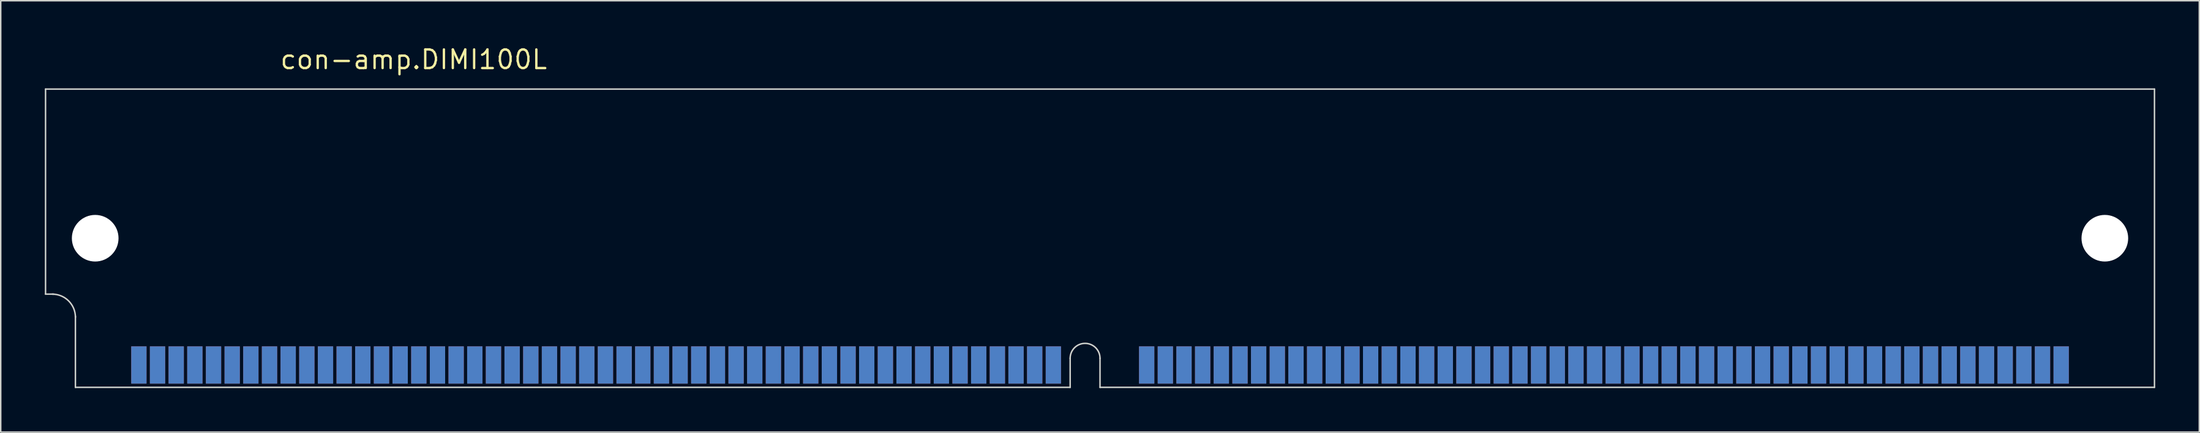
<source format=kicad_pcb>
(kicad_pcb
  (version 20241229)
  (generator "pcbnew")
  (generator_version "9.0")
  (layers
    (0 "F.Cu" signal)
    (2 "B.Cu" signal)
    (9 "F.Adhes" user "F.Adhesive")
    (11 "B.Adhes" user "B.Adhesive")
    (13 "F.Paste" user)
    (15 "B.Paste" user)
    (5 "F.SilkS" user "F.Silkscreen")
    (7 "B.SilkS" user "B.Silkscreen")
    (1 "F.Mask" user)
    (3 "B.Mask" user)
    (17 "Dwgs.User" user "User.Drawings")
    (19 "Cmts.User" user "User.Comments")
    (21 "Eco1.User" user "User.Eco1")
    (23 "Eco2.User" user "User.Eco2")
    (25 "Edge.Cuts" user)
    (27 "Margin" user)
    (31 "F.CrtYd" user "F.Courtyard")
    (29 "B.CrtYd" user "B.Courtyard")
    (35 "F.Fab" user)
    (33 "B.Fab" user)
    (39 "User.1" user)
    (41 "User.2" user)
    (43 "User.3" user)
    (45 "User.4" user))
  (footprint "con-amp.DIMI100L"
    (layer "F.Cu")
    (at 71.805 13.18)
    (property "Reference" "con-amp.DIMI100L" (at -55.88 -11.43 0) (layer "F.SilkS") (effects (font (size 1.27 1.27) (thickness 0.16)) (justify left bottom)))
    (attr smd)
    (fp_line (start -71.755 -10.16) (end 71.755 -10.16) (stroke (width 0.1) (type default)) (layer "Edge.Cuts"))
    (fp_line (start -71.755 3.81) (end -71.755 -10.16) (stroke (width 0.1) (type default)) (layer "Edge.Cuts"))
    (fp_line (start -71.755 3.81) (end -71.196 3.81) (stroke (width 0.1) (type default)) (layer "Edge.Cuts"))
    (fp_line (start -69.723 10.16) (end -69.723 5.309) (stroke (width 0.1) (type default)) (layer "Edge.Cuts"))
    (fp_line (start -2.032 8.179) (end -2.032 10.16) (stroke (width 0.1) (type default)) (layer "Edge.Cuts"))
    (fp_line (start -2.032 10.16) (end -69.723 10.16) (stroke (width 0.1) (type default)) (layer "Edge.Cuts"))
    (fp_line (start 0 8.179) (end 0 10.16) (stroke (width 0.1) (type default)) (layer "Edge.Cuts"))
    (fp_line (start 71.755 -10.16) (end 71.755 10.16) (stroke (width 0.1) (type default)) (layer "Edge.Cuts"))
    (fp_line (start 71.755 10.16) (end 0 10.16) (stroke (width 0.1) (type default)) (layer "Edge.Cuts"))
    (fp_arc (start -71.2978 3.81) (mid -70.184248 4.271248) (end -69.723 5.3848) (stroke (width 0.1) (type default)) (layer "Edge.Cuts"))
    (fp_arc (start -2.032 8.1788) (mid -1.016 7.1628) (end 0 8.1788) (stroke (width 0.1) (type default)) (layer "Edge.Cuts"))
    (pad "" np_thru_hole circle (at -68.377 0) (size 3.175 3.175) (drill 3.175) (layers "*.Cu" "*.Mask"))
    (pad "" np_thru_hole circle (at 68.377 0) (size 3.175 3.175) (drill 3.175) (layers "*.Cu" "*.Mask"))
    (pad "1" smd roundrect (at -65.405 8.636) (size 1.041 2.54) (layers "F.Cu" "F.Mask" "F.Paste") (roundrect_rratio 0.01))
    (pad "2" smd roundrect (at -64.135 8.636) (size 1.041 2.54) (layers "F.Cu" "F.Mask" "F.Paste") (roundrect_rratio 0.01))
    (pad "3" smd roundrect (at -62.865 8.636) (size 1.041 2.54) (layers "F.Cu" "F.Mask" "F.Paste") (roundrect_rratio 0.01))
    (pad "4" smd roundrect (at -61.595 8.636) (size 1.041 2.54) (layers "F.Cu" "F.Mask" "F.Paste") (roundrect_rratio 0.01))
    (pad "5" smd roundrect (at -60.325 8.636) (size 1.041 2.54) (layers "F.Cu" "F.Mask" "F.Paste") (roundrect_rratio 0.01))
    (pad "6" smd roundrect (at -59.055 8.636) (size 1.041 2.54) (layers "F.Cu" "F.Mask" "F.Paste") (roundrect_rratio 0.01))
    (pad "7" smd roundrect (at -57.785 8.636) (size 1.041 2.54) (layers "F.Cu" "F.Mask" "F.Paste") (roundrect_rratio 0.01))
    (pad "8" smd roundrect (at -56.515 8.636) (size 1.041 2.54) (layers "F.Cu" "F.Mask" "F.Paste") (roundrect_rratio 0.01))
    (pad "9" smd roundrect (at -55.245 8.636) (size 1.041 2.54) (layers "F.Cu" "F.Mask" "F.Paste") (roundrect_rratio 0.01))
    (pad "10" smd roundrect (at -53.975 8.636) (size 1.041 2.54) (layers "F.Cu" "F.Mask" "F.Paste") (roundrect_rratio 0.01))
    (pad "11" smd roundrect (at -52.705 8.636) (size 1.041 2.54) (layers "F.Cu" "F.Mask" "F.Paste") (roundrect_rratio 0.01))
    (pad "12" smd roundrect (at -51.435 8.636) (size 1.041 2.54) (layers "F.Cu" "F.Mask" "F.Paste") (roundrect_rratio 0.01))
    (pad "13" smd roundrect (at -50.165 8.636) (size 1.041 2.54) (layers "F.Cu" "F.Mask" "F.Paste") (roundrect_rratio 0.01))
    (pad "14" smd roundrect (at -48.895 8.636) (size 1.041 2.54) (layers "F.Cu" "F.Mask" "F.Paste") (roundrect_rratio 0.01))
    (pad "15" smd roundrect (at -47.625 8.636) (size 1.041 2.54) (layers "F.Cu" "F.Mask" "F.Paste") (roundrect_rratio 0.01))
    (pad "16" smd roundrect (at -46.355 8.636) (size 1.041 2.54) (layers "F.Cu" "F.Mask" "F.Paste") (roundrect_rratio 0.01))
    (pad "17" smd roundrect (at -45.085 8.636) (size 1.041 2.54) (layers "F.Cu" "F.Mask" "F.Paste") (roundrect_rratio 0.01))
    (pad "18" smd roundrect (at -43.815 8.636) (size 1.041 2.54) (layers "F.Cu" "F.Mask" "F.Paste") (roundrect_rratio 0.01))
    (pad "19" smd roundrect (at -42.545 8.636) (size 1.041 2.54) (layers "F.Cu" "F.Mask" "F.Paste") (roundrect_rratio 0.01))
    (pad "20" smd roundrect (at -41.275 8.636) (size 1.041 2.54) (layers "F.Cu" "F.Mask" "F.Paste") (roundrect_rratio 0.01))
    (pad "21" smd roundrect (at -40.005 8.636) (size 1.041 2.54) (layers "F.Cu" "F.Mask" "F.Paste") (roundrect_rratio 0.01))
    (pad "22" smd roundrect (at -38.735 8.636) (size 1.041 2.54) (layers "F.Cu" "F.Mask" "F.Paste") (roundrect_rratio 0.01))
    (pad "23" smd roundrect (at -37.465 8.636) (size 1.041 2.54) (layers "F.Cu" "F.Mask" "F.Paste") (roundrect_rratio 0.01))
    (pad "24" smd roundrect (at -36.195 8.636) (size 1.041 2.54) (layers "F.Cu" "F.Mask" "F.Paste") (roundrect_rratio 0.01))
    (pad "25" smd roundrect (at -34.925 8.636) (size 1.041 2.54) (layers "F.Cu" "F.Mask" "F.Paste") (roundrect_rratio 0.01))
    (pad "26" smd roundrect (at -33.655 8.636) (size 1.041 2.54) (layers "F.Cu" "F.Mask" "F.Paste") (roundrect_rratio 0.01))
    (pad "27" smd roundrect (at -32.385 8.636) (size 1.041 2.54) (layers "F.Cu" "F.Mask" "F.Paste") (roundrect_rratio 0.01))
    (pad "28" smd roundrect (at -31.115 8.636) (size 1.041 2.54) (layers "F.Cu" "F.Mask" "F.Paste") (roundrect_rratio 0.01))
    (pad "29" smd roundrect (at -29.845 8.636) (size 1.041 2.54) (layers "F.Cu" "F.Mask" "F.Paste") (roundrect_rratio 0.01))
    (pad "30" smd roundrect (at -28.575 8.636) (size 1.041 2.54) (layers "F.Cu" "F.Mask" "F.Paste") (roundrect_rratio 0.01))
    (pad "31" smd roundrect (at -27.305 8.636) (size 1.041 2.54) (layers "F.Cu" "F.Mask" "F.Paste") (roundrect_rratio 0.01))
    (pad "32" smd roundrect (at -26.035 8.636) (size 1.041 2.54) (layers "F.Cu" "F.Mask" "F.Paste") (roundrect_rratio 0.01))
    (pad "33" smd roundrect (at -24.765 8.636) (size 1.041 2.54) (layers "F.Cu" "F.Mask" "F.Paste") (roundrect_rratio 0.01))
    (pad "34" smd roundrect (at -23.495 8.636) (size 1.041 2.54) (layers "F.Cu" "F.Mask" "F.Paste") (roundrect_rratio 0.01))
    (pad "35" smd roundrect (at -22.225 8.636) (size 1.041 2.54) (layers "F.Cu" "F.Mask" "F.Paste") (roundrect_rratio 0.01))
    (pad "36" smd roundrect (at -20.955 8.636) (size 1.041 2.54) (layers "F.Cu" "F.Mask" "F.Paste") (roundrect_rratio 0.01))
    (pad "37" smd roundrect (at -19.685 8.636) (size 1.041 2.54) (layers "F.Cu" "F.Mask" "F.Paste") (roundrect_rratio 0.01))
    (pad "38" smd roundrect (at -18.415 8.636) (size 1.041 2.54) (layers "F.Cu" "F.Mask" "F.Paste") (roundrect_rratio 0.01))
    (pad "39" smd roundrect (at -17.145 8.636) (size 1.041 2.54) (layers "F.Cu" "F.Mask" "F.Paste") (roundrect_rratio 0.01))
    (pad "40" smd roundrect (at -15.875 8.636) (size 1.041 2.54) (layers "F.Cu" "F.Mask" "F.Paste") (roundrect_rratio 0.01))
    (pad "41" smd roundrect (at -14.605 8.636) (size 1.041 2.54) (layers "F.Cu" "F.Mask" "F.Paste") (roundrect_rratio 0.01))
    (pad "42" smd roundrect (at -13.335 8.636) (size 1.041 2.54) (layers "F.Cu" "F.Mask" "F.Paste") (roundrect_rratio 0.01))
    (pad "43" smd roundrect (at -12.065 8.636) (size 1.041 2.54) (layers "F.Cu" "F.Mask" "F.Paste") (roundrect_rratio 0.01))
    (pad "44" smd roundrect (at -10.795 8.636) (size 1.041 2.54) (layers "F.Cu" "F.Mask" "F.Paste") (roundrect_rratio 0.01))
    (pad "45" smd roundrect (at -9.525 8.636) (size 1.041 2.54) (layers "F.Cu" "F.Mask" "F.Paste") (roundrect_rratio 0.01))
    (pad "46" smd roundrect (at -8.255 8.636) (size 1.041 2.54) (layers "F.Cu" "F.Mask" "F.Paste") (roundrect_rratio 0.01))
    (pad "47" smd roundrect (at -6.985 8.636) (size 1.041 2.54) (layers "F.Cu" "F.Mask" "F.Paste") (roundrect_rratio 0.01))
    (pad "48" smd roundrect (at -5.715 8.636) (size 1.041 2.54) (layers "F.Cu" "F.Mask" "F.Paste") (roundrect_rratio 0.01))
    (pad "49" smd roundrect (at -4.445 8.636) (size 1.041 2.54) (layers "F.Cu" "F.Mask" "F.Paste") (roundrect_rratio 0.01))
    (pad "50" smd roundrect (at -3.175 8.636) (size 1.041 2.54) (layers "F.Cu" "F.Mask" "F.Paste") (roundrect_rratio 0.01))
    (pad "51" smd roundrect (at 3.175 8.636) (size 1.041 2.54) (layers "F.Cu" "F.Mask" "F.Paste") (roundrect_rratio 0.01))
    (pad "52" smd roundrect (at 4.445 8.636) (size 1.041 2.54) (layers "F.Cu" "F.Mask" "F.Paste") (roundrect_rratio 0.01))
    (pad "53" smd roundrect (at 5.715 8.636) (size 1.041 2.54) (layers "F.Cu" "F.Mask" "F.Paste") (roundrect_rratio 0.01))
    (pad "54" smd roundrect (at 6.985 8.636) (size 1.041 2.54) (layers "F.Cu" "F.Mask" "F.Paste") (roundrect_rratio 0.01))
    (pad "55" smd roundrect (at 8.255 8.636) (size 1.041 2.54) (layers "F.Cu" "F.Mask" "F.Paste") (roundrect_rratio 0.01))
    (pad "56" smd roundrect (at 9.525 8.636) (size 1.041 2.54) (layers "F.Cu" "F.Mask" "F.Paste") (roundrect_rratio 0.01))
    (pad "57" smd roundrect (at 10.795 8.636) (size 1.041 2.54) (layers "F.Cu" "F.Mask" "F.Paste") (roundrect_rratio 0.01))
    (pad "58" smd roundrect (at 12.065 8.636) (size 1.041 2.54) (layers "F.Cu" "F.Mask" "F.Paste") (roundrect_rratio 0.01))
    (pad "59" smd roundrect (at 13.335 8.636) (size 1.041 2.54) (layers "F.Cu" "F.Mask" "F.Paste") (roundrect_rratio 0.01))
    (pad "60" smd roundrect (at 14.605 8.636) (size 1.041 2.54) (layers "F.Cu" "F.Mask" "F.Paste") (roundrect_rratio 0.01))
    (pad "61" smd roundrect (at 15.875 8.636) (size 1.041 2.54) (layers "F.Cu" "F.Mask" "F.Paste") (roundrect_rratio 0.01))
    (pad "62" smd roundrect (at 17.145 8.636) (size 1.041 2.54) (layers "F.Cu" "F.Mask" "F.Paste") (roundrect_rratio 0.01))
    (pad "63" smd roundrect (at 18.415 8.636) (size 1.041 2.54) (layers "F.Cu" "F.Mask" "F.Paste") (roundrect_rratio 0.01))
    (pad "64" smd roundrect (at 19.685 8.636) (size 1.041 2.54) (layers "F.Cu" "F.Mask" "F.Paste") (roundrect_rratio 0.01))
    (pad "65" smd roundrect (at 20.955 8.636) (size 1.041 2.54) (layers "F.Cu" "F.Mask" "F.Paste") (roundrect_rratio 0.01))
    (pad "66" smd roundrect (at 22.225 8.636) (size 1.041 2.54) (layers "F.Cu" "F.Mask" "F.Paste") (roundrect_rratio 0.01))
    (pad "67" smd roundrect (at 23.495 8.636) (size 1.041 2.54) (layers "F.Cu" "F.Mask" "F.Paste") (roundrect_rratio 0.01))
    (pad "68" smd roundrect (at 24.765 8.636) (size 1.041 2.54) (layers "F.Cu" "F.Mask" "F.Paste") (roundrect_rratio 0.01))
    (pad "69" smd roundrect (at 26.035 8.636) (size 1.041 2.54) (layers "F.Cu" "F.Mask" "F.Paste") (roundrect_rratio 0.01))
    (pad "70" smd roundrect (at 27.305 8.636) (size 1.041 2.54) (layers "F.Cu" "F.Mask" "F.Paste") (roundrect_rratio 0.01))
    (pad "71" smd roundrect (at 28.575 8.636) (size 1.041 2.54) (layers "F.Cu" "F.Mask" "F.Paste") (roundrect_rratio 0.01))
    (pad "72" smd roundrect (at 29.845 8.636) (size 1.041 2.54) (layers "F.Cu" "F.Mask" "F.Paste") (roundrect_rratio 0.01))
    (pad "73" smd roundrect (at 31.115 8.636) (size 1.041 2.54) (layers "F.Cu" "F.Mask" "F.Paste") (roundrect_rratio 0.01))
    (pad "74" smd roundrect (at 32.385 8.636) (size 1.041 2.54) (layers "F.Cu" "F.Mask" "F.Paste") (roundrect_rratio 0.01))
    (pad "75" smd roundrect (at 33.655 8.636) (size 1.041 2.54) (layers "F.Cu" "F.Mask" "F.Paste") (roundrect_rratio 0.01))
    (pad "76" smd roundrect (at 34.925 8.636) (size 1.041 2.54) (layers "F.Cu" "F.Mask" "F.Paste") (roundrect_rratio 0.01))
    (pad "77" smd roundrect (at 36.195 8.636) (size 1.041 2.54) (layers "F.Cu" "F.Mask" "F.Paste") (roundrect_rratio 0.01))
    (pad "78" smd roundrect (at 37.465 8.636) (size 1.041 2.54) (layers "F.Cu" "F.Mask" "F.Paste") (roundrect_rratio 0.01))
    (pad "79" smd roundrect (at 38.735 8.636) (size 1.041 2.54) (layers "F.Cu" "F.Mask" "F.Paste") (roundrect_rratio 0.01))
    (pad "80" smd roundrect (at 40.005 8.636) (size 1.041 2.54) (layers "F.Cu" "F.Mask" "F.Paste") (roundrect_rratio 0.01))
    (pad "81" smd roundrect (at 41.275 8.636) (size 1.041 2.54) (layers "F.Cu" "F.Mask" "F.Paste") (roundrect_rratio 0.01))
    (pad "82" smd roundrect (at 42.545 8.636) (size 1.041 2.54) (layers "F.Cu" "F.Mask" "F.Paste") (roundrect_rratio 0.01))
    (pad "83" smd roundrect (at 43.815 8.636) (size 1.041 2.54) (layers "F.Cu" "F.Mask" "F.Paste") (roundrect_rratio 0.01))
    (pad "84" smd roundrect (at 45.085 8.636) (size 1.041 2.54) (layers "F.Cu" "F.Mask" "F.Paste") (roundrect_rratio 0.01))
    (pad "85" smd roundrect (at 46.355 8.636) (size 1.041 2.54) (layers "F.Cu" "F.Mask" "F.Paste") (roundrect_rratio 0.01))
    (pad "86" smd roundrect (at 47.625 8.636) (size 1.041 2.54) (layers "F.Cu" "F.Mask" "F.Paste") (roundrect_rratio 0.01))
    (pad "87" smd roundrect (at 48.895 8.636) (size 1.041 2.54) (layers "F.Cu" "F.Mask" "F.Paste") (roundrect_rratio 0.01))
    (pad "88" smd roundrect (at 50.165 8.636) (size 1.041 2.54) (layers "F.Cu" "F.Mask" "F.Paste") (roundrect_rratio 0.01))
    (pad "89" smd roundrect (at 51.435 8.636) (size 1.041 2.54) (layers "F.Cu" "F.Mask" "F.Paste") (roundrect_rratio 0.01))
    (pad "90" smd roundrect (at 52.705 8.636) (size 1.041 2.54) (layers "F.Cu" "F.Mask" "F.Paste") (roundrect_rratio 0.01))
    (pad "91" smd roundrect (at 53.975 8.636) (size 1.041 2.54) (layers "F.Cu" "F.Mask" "F.Paste") (roundrect_rratio 0.01))
    (pad "92" smd roundrect (at 55.245 8.636) (size 1.041 2.54) (layers "F.Cu" "F.Mask" "F.Paste") (roundrect_rratio 0.01))
    (pad "93" smd roundrect (at 56.515 8.636) (size 1.041 2.54) (layers "F.Cu" "F.Mask" "F.Paste") (roundrect_rratio 0.01))
    (pad "94" smd roundrect (at 57.785 8.636) (size 1.041 2.54) (layers "F.Cu" "F.Mask" "F.Paste") (roundrect_rratio 0.01))
    (pad "95" smd roundrect (at 59.055 8.636) (size 1.041 2.54) (layers "F.Cu" "F.Mask" "F.Paste") (roundrect_rratio 0.01))
    (pad "96" smd roundrect (at 60.325 8.636) (size 1.041 2.54) (layers "F.Cu" "F.Mask" "F.Paste") (roundrect_rratio 0.01))
    (pad "97" smd roundrect (at 61.595 8.636) (size 1.041 2.54) (layers "F.Cu" "F.Mask" "F.Paste") (roundrect_rratio 0.01))
    (pad "98" smd roundrect (at 62.865 8.636) (size 1.041 2.54) (layers "F.Cu" "F.Mask" "F.Paste") (roundrect_rratio 0.01))
    (pad "99" smd roundrect (at 64.135 8.636) (size 1.041 2.54) (layers "F.Cu" "F.Mask" "F.Paste") (roundrect_rratio 0.01))
    (pad "100" smd roundrect (at 65.405 8.636) (size 1.041 2.54) (layers "F.Cu" "F.Mask" "F.Paste") (roundrect_rratio 0.01))
    (pad "101" smd roundrect (at -65.405 8.636) (size 1.041 2.54) (layers "B.Cu" "B.Mask" "B.Paste") (roundrect_rratio 0.01))
    (pad "102" smd roundrect (at -64.135 8.636) (size 1.041 2.54) (layers "B.Cu" "B.Mask" "B.Paste") (roundrect_rratio 0.01))
    (pad "103" smd roundrect (at -62.865 8.636) (size 1.041 2.54) (layers "B.Cu" "B.Mask" "B.Paste") (roundrect_rratio 0.01))
    (pad "104" smd roundrect (at -61.595 8.636) (size 1.041 2.54) (layers "B.Cu" "B.Mask" "B.Paste") (roundrect_rratio 0.01))
    (pad "105" smd roundrect (at -60.325 8.636) (size 1.041 2.54) (layers "B.Cu" "B.Mask" "B.Paste") (roundrect_rratio 0.01))
    (pad "106" smd roundrect (at -59.055 8.636) (size 1.041 2.54) (layers "B.Cu" "B.Mask" "B.Paste") (roundrect_rratio 0.01))
    (pad "107" smd roundrect (at -57.785 8.636) (size 1.041 2.54) (layers "B.Cu" "B.Mask" "B.Paste") (roundrect_rratio 0.01))
    (pad "108" smd roundrect (at -56.515 8.636) (size 1.041 2.54) (layers "B.Cu" "B.Mask" "B.Paste") (roundrect_rratio 0.01))
    (pad "109" smd roundrect (at -55.245 8.636) (size 1.041 2.54) (layers "B.Cu" "B.Mask" "B.Paste") (roundrect_rratio 0.01))
    (pad "110" smd roundrect (at -53.975 8.636) (size 1.041 2.54) (layers "B.Cu" "B.Mask" "B.Paste") (roundrect_rratio 0.01))
    (pad "111" smd roundrect (at -52.705 8.636) (size 1.041 2.54) (layers "B.Cu" "B.Mask" "B.Paste") (roundrect_rratio 0.01))
    (pad "112" smd roundrect (at -51.435 8.636) (size 1.041 2.54) (layers "B.Cu" "B.Mask" "B.Paste") (roundrect_rratio 0.01))
    (pad "113" smd roundrect (at -50.165 8.636) (size 1.041 2.54) (layers "B.Cu" "B.Mask" "B.Paste") (roundrect_rratio 0.01))
    (pad "114" smd roundrect (at -48.895 8.636) (size 1.041 2.54) (layers "B.Cu" "B.Mask" "B.Paste") (roundrect_rratio 0.01))
    (pad "115" smd roundrect (at -47.625 8.636) (size 1.041 2.54) (layers "B.Cu" "B.Mask" "B.Paste") (roundrect_rratio 0.01))
    (pad "116" smd roundrect (at -46.355 8.636) (size 1.041 2.54) (layers "B.Cu" "B.Mask" "B.Paste") (roundrect_rratio 0.01))
    (pad "117" smd roundrect (at -45.085 8.636) (size 1.041 2.54) (layers "B.Cu" "B.Mask" "B.Paste") (roundrect_rratio 0.01))
    (pad "118" smd roundrect (at -43.815 8.636) (size 1.041 2.54) (layers "B.Cu" "B.Mask" "B.Paste") (roundrect_rratio 0.01))
    (pad "119" smd roundrect (at -42.545 8.636) (size 1.041 2.54) (layers "B.Cu" "B.Mask" "B.Paste") (roundrect_rratio 0.01))
    (pad "120" smd roundrect (at -41.275 8.636) (size 1.041 2.54) (layers "B.Cu" "B.Mask" "B.Paste") (roundrect_rratio 0.01))
    (pad "121" smd roundrect (at -40.005 8.636) (size 1.041 2.54) (layers "B.Cu" "B.Mask" "B.Paste") (roundrect_rratio 0.01))
    (pad "122" smd roundrect (at -38.735 8.636) (size 1.041 2.54) (layers "B.Cu" "B.Mask" "B.Paste") (roundrect_rratio 0.01))
    (pad "123" smd roundrect (at -37.465 8.636) (size 1.041 2.54) (layers "B.Cu" "B.Mask" "B.Paste") (roundrect_rratio 0.01))
    (pad "124" smd roundrect (at -36.195 8.636) (size 1.041 2.54) (layers "B.Cu" "B.Mask" "B.Paste") (roundrect_rratio 0.01))
    (pad "125" smd roundrect (at -34.925 8.636) (size 1.041 2.54) (layers "B.Cu" "B.Mask" "B.Paste") (roundrect_rratio 0.01))
    (pad "126" smd roundrect (at -33.655 8.636) (size 1.041 2.54) (layers "B.Cu" "B.Mask" "B.Paste") (roundrect_rratio 0.01))
    (pad "127" smd roundrect (at -32.385 8.636) (size 1.041 2.54) (layers "B.Cu" "B.Mask" "B.Paste") (roundrect_rratio 0.01))
    (pad "128" smd roundrect (at -31.115 8.636) (size 1.041 2.54) (layers "B.Cu" "B.Mask" "B.Paste") (roundrect_rratio 0.01))
    (pad "129" smd roundrect (at -29.845 8.636) (size 1.041 2.54) (layers "B.Cu" "B.Mask" "B.Paste") (roundrect_rratio 0.01))
    (pad "130" smd roundrect (at -28.575 8.636) (size 1.041 2.54) (layers "B.Cu" "B.Mask" "B.Paste") (roundrect_rratio 0.01))
    (pad "131" smd roundrect (at -27.305 8.636) (size 1.041 2.54) (layers "B.Cu" "B.Mask" "B.Paste") (roundrect_rratio 0.01))
    (pad "132" smd roundrect (at -26.035 8.636) (size 1.041 2.54) (layers "B.Cu" "B.Mask" "B.Paste") (roundrect_rratio 0.01))
    (pad "133" smd roundrect (at -24.765 8.636) (size 1.041 2.54) (layers "B.Cu" "B.Mask" "B.Paste") (roundrect_rratio 0.01))
    (pad "134" smd roundrect (at -23.495 8.636) (size 1.041 2.54) (layers "B.Cu" "B.Mask" "B.Paste") (roundrect_rratio 0.01))
    (pad "135" smd roundrect (at -22.225 8.636) (size 1.041 2.54) (layers "B.Cu" "B.Mask" "B.Paste") (roundrect_rratio 0.01))
    (pad "136" smd roundrect (at -20.955 8.636) (size 1.041 2.54) (layers "B.Cu" "B.Mask" "B.Paste") (roundrect_rratio 0.01))
    (pad "137" smd roundrect (at -19.685 8.636) (size 1.041 2.54) (layers "B.Cu" "B.Mask" "B.Paste") (roundrect_rratio 0.01))
    (pad "138" smd roundrect (at -18.415 8.636) (size 1.041 2.54) (layers "B.Cu" "B.Mask" "B.Paste") (roundrect_rratio 0.01))
    (pad "139" smd roundrect (at -17.145 8.636) (size 1.041 2.54) (layers "B.Cu" "B.Mask" "B.Paste") (roundrect_rratio 0.01))
    (pad "140" smd roundrect (at -15.875 8.636) (size 1.041 2.54) (layers "B.Cu" "B.Mask" "B.Paste") (roundrect_rratio 0.01))
    (pad "141" smd roundrect (at -14.605 8.636) (size 1.041 2.54) (layers "B.Cu" "B.Mask" "B.Paste") (roundrect_rratio 0.01))
    (pad "142" smd roundrect (at -13.335 8.636) (size 1.041 2.54) (layers "B.Cu" "B.Mask" "B.Paste") (roundrect_rratio 0.01))
    (pad "143" smd roundrect (at -12.065 8.636) (size 1.041 2.54) (layers "B.Cu" "B.Mask" "B.Paste") (roundrect_rratio 0.01))
    (pad "144" smd roundrect (at -10.795 8.636) (size 1.041 2.54) (layers "B.Cu" "B.Mask" "B.Paste") (roundrect_rratio 0.01))
    (pad "145" smd roundrect (at -9.525 8.636) (size 1.041 2.54) (layers "B.Cu" "B.Mask" "B.Paste") (roundrect_rratio 0.01))
    (pad "146" smd roundrect (at -8.255 8.636) (size 1.041 2.54) (layers "B.Cu" "B.Mask" "B.Paste") (roundrect_rratio 0.01))
    (pad "147" smd roundrect (at -6.985 8.636) (size 1.041 2.54) (layers "B.Cu" "B.Mask" "B.Paste") (roundrect_rratio 0.01))
    (pad "148" smd roundrect (at -5.715 8.636) (size 1.041 2.54) (layers "B.Cu" "B.Mask" "B.Paste") (roundrect_rratio 0.01))
    (pad "149" smd roundrect (at -4.445 8.636) (size 1.041 2.54) (layers "B.Cu" "B.Mask" "B.Paste") (roundrect_rratio 0.01))
    (pad "150" smd roundrect (at -3.175 8.636) (size 1.041 2.54) (layers "B.Cu" "B.Mask" "B.Paste") (roundrect_rratio 0.01))
    (pad "151" smd roundrect (at 3.175 8.636) (size 1.041 2.54) (layers "B.Cu" "B.Mask" "B.Paste") (roundrect_rratio 0.01))
    (pad "152" smd roundrect (at 4.445 8.636) (size 1.041 2.54) (layers "B.Cu" "B.Mask" "B.Paste") (roundrect_rratio 0.01))
    (pad "153" smd roundrect (at 5.715 8.636) (size 1.041 2.54) (layers "B.Cu" "B.Mask" "B.Paste") (roundrect_rratio 0.01))
    (pad "154" smd roundrect (at 6.985 8.636) (size 1.041 2.54) (layers "B.Cu" "B.Mask" "B.Paste") (roundrect_rratio 0.01))
    (pad "155" smd roundrect (at 8.255 8.636) (size 1.041 2.54) (layers "B.Cu" "B.Mask" "B.Paste") (roundrect_rratio 0.01))
    (pad "156" smd roundrect (at 9.525 8.636) (size 1.041 2.54) (layers "B.Cu" "B.Mask" "B.Paste") (roundrect_rratio 0.01))
    (pad "157" smd roundrect (at 10.795 8.636) (size 1.041 2.54) (layers "B.Cu" "B.Mask" "B.Paste") (roundrect_rratio 0.01))
    (pad "158" smd roundrect (at 12.065 8.636) (size 1.041 2.54) (layers "B.Cu" "B.Mask" "B.Paste") (roundrect_rratio 0.01))
    (pad "159" smd roundrect (at 13.335 8.636) (size 1.041 2.54) (layers "B.Cu" "B.Mask" "B.Paste") (roundrect_rratio 0.01))
    (pad "160" smd roundrect (at 14.605 8.636) (size 1.041 2.54) (layers "B.Cu" "B.Mask" "B.Paste") (roundrect_rratio 0.01))
    (pad "161" smd roundrect (at 15.875 8.636) (size 1.041 2.54) (layers "B.Cu" "B.Mask" "B.Paste") (roundrect_rratio 0.01))
    (pad "162" smd roundrect (at 17.145 8.636) (size 1.041 2.54) (layers "B.Cu" "B.Mask" "B.Paste") (roundrect_rratio 0.01))
    (pad "163" smd roundrect (at 18.415 8.636) (size 1.041 2.54) (layers "B.Cu" "B.Mask" "B.Paste") (roundrect_rratio 0.01))
    (pad "164" smd roundrect (at 19.685 8.636) (size 1.041 2.54) (layers "B.Cu" "B.Mask" "B.Paste") (roundrect_rratio 0.01))
    (pad "165" smd roundrect (at 20.955 8.636) (size 1.041 2.54) (layers "B.Cu" "B.Mask" "B.Paste") (roundrect_rratio 0.01))
    (pad "166" smd roundrect (at 22.225 8.636) (size 1.041 2.54) (layers "B.Cu" "B.Mask" "B.Paste") (roundrect_rratio 0.01))
    (pad "167" smd roundrect (at 23.495 8.636) (size 1.041 2.54) (layers "B.Cu" "B.Mask" "B.Paste") (roundrect_rratio 0.01))
    (pad "168" smd roundrect (at 24.765 8.636) (size 1.041 2.54) (layers "B.Cu" "B.Mask" "B.Paste") (roundrect_rratio 0.01))
    (pad "169" smd roundrect (at 26.035 8.636) (size 1.041 2.54) (layers "B.Cu" "B.Mask" "B.Paste") (roundrect_rratio 0.01))
    (pad "170" smd roundrect (at 27.305 8.636) (size 1.041 2.54) (layers "B.Cu" "B.Mask" "B.Paste") (roundrect_rratio 0.01))
    (pad "171" smd roundrect (at 28.575 8.636) (size 1.041 2.54) (layers "B.Cu" "B.Mask" "B.Paste") (roundrect_rratio 0.01))
    (pad "172" smd roundrect (at 29.845 8.636) (size 1.041 2.54) (layers "B.Cu" "B.Mask" "B.Paste") (roundrect_rratio 0.01))
    (pad "173" smd roundrect (at 31.115 8.636) (size 1.041 2.54) (layers "B.Cu" "B.Mask" "B.Paste") (roundrect_rratio 0.01))
    (pad "174" smd roundrect (at 32.385 8.636) (size 1.041 2.54) (layers "B.Cu" "B.Mask" "B.Paste") (roundrect_rratio 0.01))
    (pad "175" smd roundrect (at 33.655 8.636) (size 1.041 2.54) (layers "B.Cu" "B.Mask" "B.Paste") (roundrect_rratio 0.01))
    (pad "176" smd roundrect (at 34.925 8.636) (size 1.041 2.54) (layers "B.Cu" "B.Mask" "B.Paste") (roundrect_rratio 0.01))
    (pad "177" smd roundrect (at 36.195 8.636) (size 1.041 2.54) (layers "B.Cu" "B.Mask" "B.Paste") (roundrect_rratio 0.01))
    (pad "178" smd roundrect (at 37.465 8.636) (size 1.041 2.54) (layers "B.Cu" "B.Mask" "B.Paste") (roundrect_rratio 0.01))
    (pad "179" smd roundrect (at 38.735 8.636) (size 1.041 2.54) (layers "B.Cu" "B.Mask" "B.Paste") (roundrect_rratio 0.01))
    (pad "180" smd roundrect (at 40.005 8.636) (size 1.041 2.54) (layers "B.Cu" "B.Mask" "B.Paste") (roundrect_rratio 0.01))
    (pad "181" smd roundrect (at 41.275 8.636) (size 1.041 2.54) (layers "B.Cu" "B.Mask" "B.Paste") (roundrect_rratio 0.01))
    (pad "182" smd roundrect (at 42.545 8.636) (size 1.041 2.54) (layers "B.Cu" "B.Mask" "B.Paste") (roundrect_rratio 0.01))
    (pad "183" smd roundrect (at 43.815 8.636) (size 1.041 2.54) (layers "B.Cu" "B.Mask" "B.Paste") (roundrect_rratio 0.01))
    (pad "184" smd roundrect (at 45.085 8.636) (size 1.041 2.54) (layers "B.Cu" "B.Mask" "B.Paste") (roundrect_rratio 0.01))
    (pad "185" smd roundrect (at 46.355 8.636) (size 1.041 2.54) (layers "B.Cu" "B.Mask" "B.Paste") (roundrect_rratio 0.01))
    (pad "186" smd roundrect (at 47.625 8.636) (size 1.041 2.54) (layers "B.Cu" "B.Mask" "B.Paste") (roundrect_rratio 0.01))
    (pad "187" smd roundrect (at 48.895 8.636) (size 1.041 2.54) (layers "B.Cu" "B.Mask" "B.Paste") (roundrect_rratio 0.01))
    (pad "188" smd roundrect (at 50.165 8.636) (size 1.041 2.54) (layers "B.Cu" "B.Mask" "B.Paste") (roundrect_rratio 0.01))
    (pad "189" smd roundrect (at 51.435 8.636) (size 1.041 2.54) (layers "B.Cu" "B.Mask" "B.Paste") (roundrect_rratio 0.01))
    (pad "190" smd roundrect (at 52.705 8.636) (size 1.041 2.54) (layers "B.Cu" "B.Mask" "B.Paste") (roundrect_rratio 0.01))
    (pad "191" smd roundrect (at 53.975 8.636) (size 1.041 2.54) (layers "B.Cu" "B.Mask" "B.Paste") (roundrect_rratio 0.01))
    (pad "192" smd roundrect (at 55.245 8.636) (size 1.041 2.54) (layers "B.Cu" "B.Mask" "B.Paste") (roundrect_rratio 0.01))
    (pad "193" smd roundrect (at 56.515 8.636) (size 1.041 2.54) (layers "B.Cu" "B.Mask" "B.Paste") (roundrect_rratio 0.01))
    (pad "194" smd roundrect (at 57.785 8.636) (size 1.041 2.54) (layers "B.Cu" "B.Mask" "B.Paste") (roundrect_rratio 0.01))
    (pad "195" smd roundrect (at 59.055 8.636) (size 1.041 2.54) (layers "B.Cu" "B.Mask" "B.Paste") (roundrect_rratio 0.01))
    (pad "196" smd roundrect (at 60.325 8.636) (size 1.041 2.54) (layers "B.Cu" "B.Mask" "B.Paste") (roundrect_rratio 0.01))
    (pad "197" smd roundrect (at 61.595 8.636) (size 1.041 2.54) (layers "B.Cu" "B.Mask" "B.Paste") (roundrect_rratio 0.01))
    (pad "198" smd roundrect (at 62.865 8.636) (size 1.041 2.54) (layers "B.Cu" "B.Mask" "B.Paste") (roundrect_rratio 0.01))
    (pad "199" smd roundrect (at 64.135 8.636) (size 1.041 2.54) (layers "B.Cu" "B.Mask" "B.Paste") (roundrect_rratio 0.01))
    (pad "200" smd roundrect (at 65.405 8.636) (size 1.041 2.54) (layers "B.Cu" "B.Mask" "B.Paste") (roundrect_rratio 0.01)))
  (gr_rect
    (start -3 -3)
    (end 146.61 26.39)
    (stroke (width 0.1) (type default))
    (fill no)
    (layer "Edge.Cuts")))
</source>
